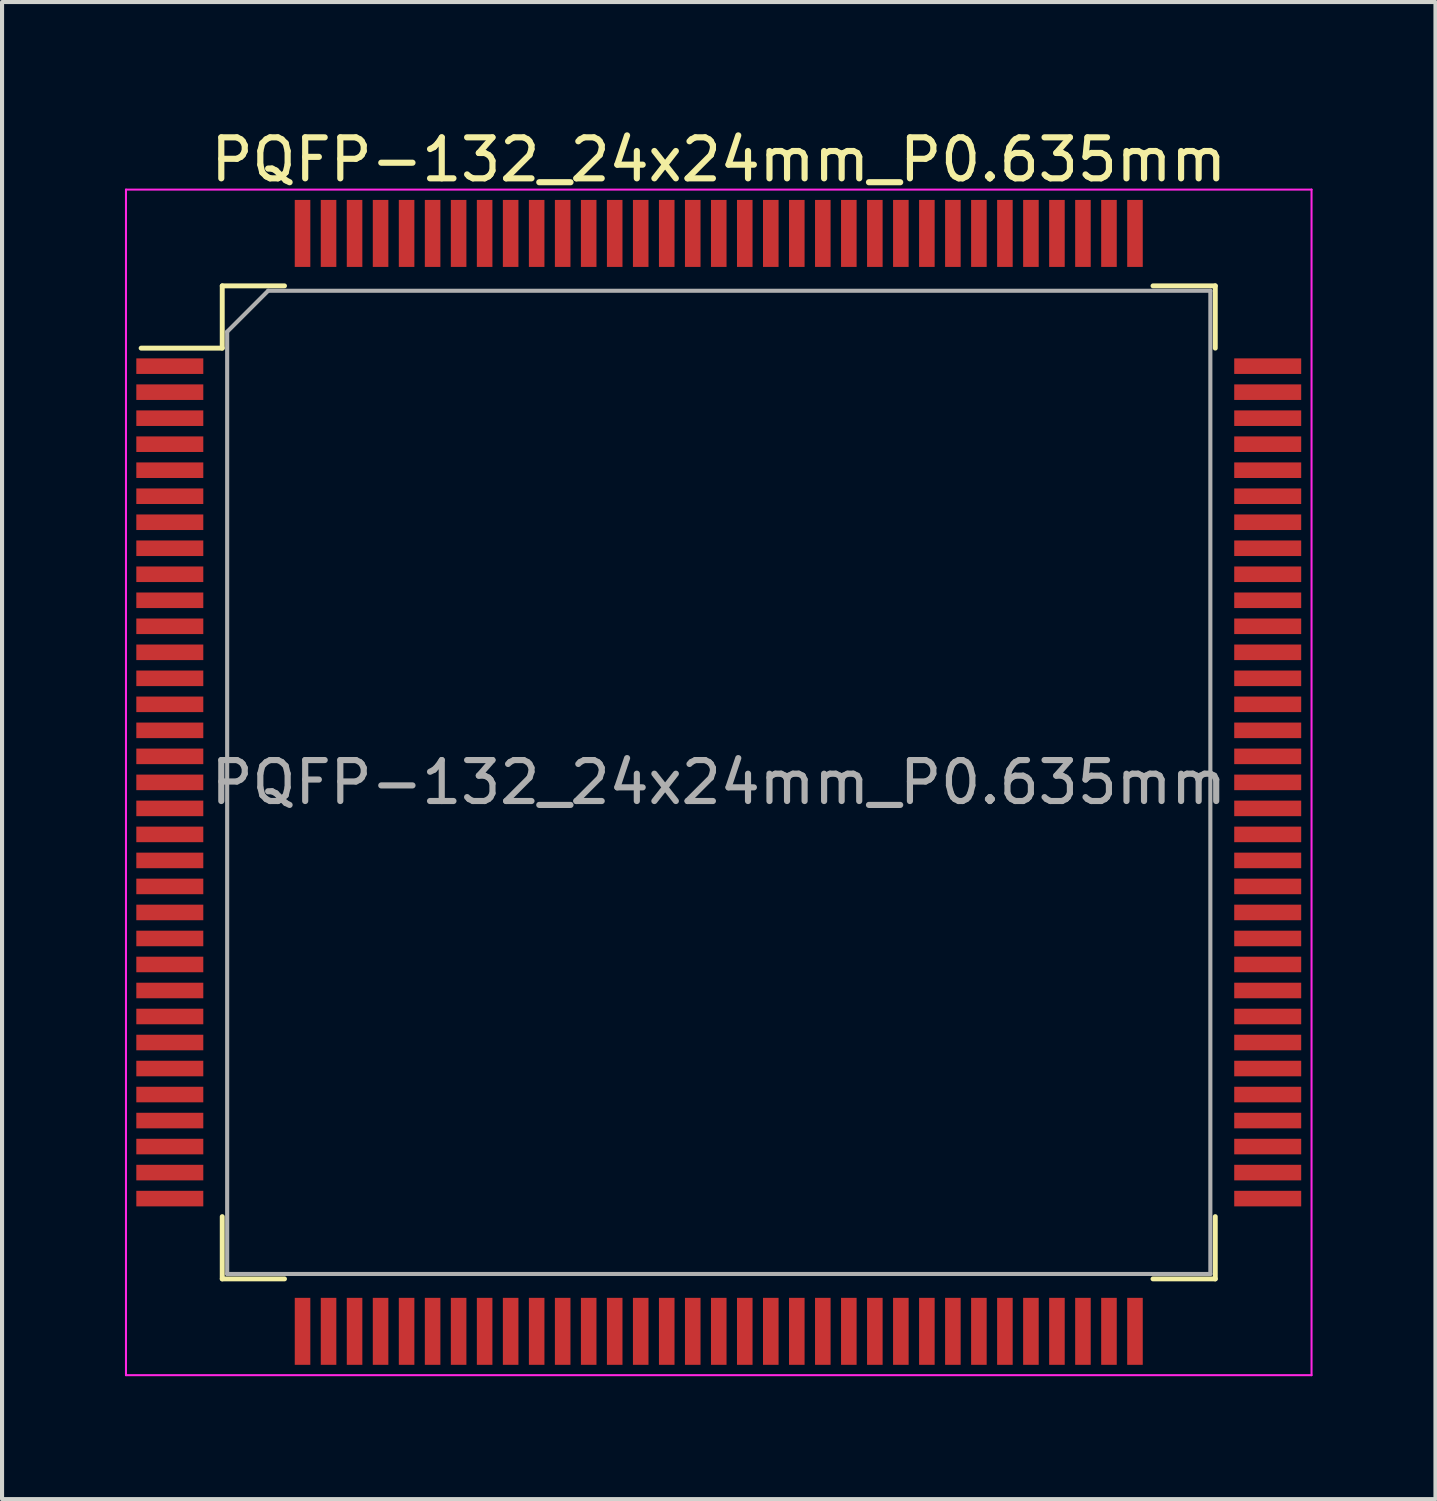
<source format=kicad_pcb>
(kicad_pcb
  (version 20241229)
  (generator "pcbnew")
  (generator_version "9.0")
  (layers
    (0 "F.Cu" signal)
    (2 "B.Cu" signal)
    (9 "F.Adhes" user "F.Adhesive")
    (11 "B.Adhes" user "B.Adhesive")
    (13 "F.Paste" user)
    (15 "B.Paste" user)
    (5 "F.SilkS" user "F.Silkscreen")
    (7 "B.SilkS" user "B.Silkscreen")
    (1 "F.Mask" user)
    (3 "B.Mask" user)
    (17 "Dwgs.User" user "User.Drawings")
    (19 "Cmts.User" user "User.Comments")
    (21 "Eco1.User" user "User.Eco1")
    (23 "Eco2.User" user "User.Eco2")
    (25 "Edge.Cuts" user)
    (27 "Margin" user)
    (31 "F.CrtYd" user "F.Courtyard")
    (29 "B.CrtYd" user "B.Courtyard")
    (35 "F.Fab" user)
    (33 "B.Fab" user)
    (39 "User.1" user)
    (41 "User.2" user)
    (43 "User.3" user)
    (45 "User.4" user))
  (footprint "PQFP-132_24x24mm_P0.635mm"
    (layer "F.Cu")
    (at 14.495 16.048)
    (property "Reference" "PQFP-132_24x24mm_P0.635mm" (at 0 -15.2 0) (layer "F.SilkS") (effects (font (size 1 1) (thickness 0.15))))
    (attr smd)
    (fp_line (start -14.1 -10.6) (end -12.12 -10.6) (stroke (width 0.12) (type solid)) (layer "F.SilkS"))
    (fp_line (start -12.12 -12.12) (end -12.12 -10.6) (stroke (width 0.12) (type solid)) (layer "F.SilkS"))
    (fp_line (start -12.12 12.12) (end -12.12 10.6) (stroke (width 0.12) (type solid)) (layer "F.SilkS"))
    (fp_line (start -10.6 -12.12) (end -12.12 -12.12) (stroke (width 0.12) (type solid)) (layer "F.SilkS"))
    (fp_line (start -10.6 12.12) (end -12.12 12.12) (stroke (width 0.12) (type solid)) (layer "F.SilkS"))
    (fp_line (start 10.6 -12.12) (end 12.12 -12.12) (stroke (width 0.12) (type solid)) (layer "F.SilkS"))
    (fp_line (start 10.6 12.12) (end 12.12 12.12) (stroke (width 0.12) (type solid)) (layer "F.SilkS"))
    (fp_line (start 12.12 -12.12) (end 12.12 -10.6) (stroke (width 0.12) (type solid)) (layer "F.SilkS"))
    (fp_line (start 12.12 12.12) (end 12.12 10.6) (stroke (width 0.12) (type solid)) (layer "F.SilkS"))
    (fp_line (start -14.47 -14.47) (end -14.47 14.47) (stroke (width 0.05) (type solid)) (layer "F.CrtYd"))
    (fp_line (start 14.47 -14.47) (end -14.47 -14.47) (stroke (width 0.05) (type solid)) (layer "F.CrtYd"))
    (fp_line (start 14.47 -14.47) (end 14.47 14.47) (stroke (width 0.05) (type solid)) (layer "F.CrtYd"))
    (fp_line (start 14.47 14.47) (end -14.47 14.47) (stroke (width 0.05) (type solid)) (layer "F.CrtYd"))
    (fp_line (start -12 12) (end -12 -11) (stroke (width 0.1) (type solid)) (layer "F.Fab"))
    (fp_line (start -11 -12) (end -12 -11) (stroke (width 0.1) (type solid)) (layer "F.Fab"))
    (fp_line (start -11 -12) (end 12 -12) (stroke (width 0.1) (type solid)) (layer "F.Fab"))
    (fp_line (start 12 -12) (end 12 12) (stroke (width 0.1) (type solid)) (layer "F.Fab"))
    (fp_line (start 12 12) (end -12 12) (stroke (width 0.1) (type solid)) (layer "F.Fab"))
    (fp_text user "${REFERENCE}" (at 0 0 0) (layer "F.Fab") (effects (font (size 1 1) (thickness 0.15))))
    (pad "1" smd rect (at -13.4 -10.16) (size 1.635 0.38) (layers "F.Cu" "F.Mask" "F.Paste"))
    (pad "2" smd rect (at -13.4 -9.525) (size 1.635 0.38) (layers "F.Cu" "F.Mask" "F.Paste"))
    (pad "3" smd rect (at -13.4 -8.89) (size 1.635 0.38) (layers "F.Cu" "F.Mask" "F.Paste"))
    (pad "4" smd rect (at -13.4 -8.255) (size 1.635 0.38) (layers "F.Cu" "F.Mask" "F.Paste"))
    (pad "5" smd rect (at -13.4 -7.62) (size 1.635 0.38) (layers "F.Cu" "F.Mask" "F.Paste"))
    (pad "6" smd rect (at -13.4 -6.985) (size 1.635 0.38) (layers "F.Cu" "F.Mask" "F.Paste"))
    (pad "7" smd rect (at -13.4 -6.35) (size 1.635 0.38) (layers "F.Cu" "F.Mask" "F.Paste"))
    (pad "8" smd rect (at -13.4 -5.715) (size 1.635 0.38) (layers "F.Cu" "F.Mask" "F.Paste"))
    (pad "9" smd rect (at -13.4 -5.08) (size 1.635 0.38) (layers "F.Cu" "F.Mask" "F.Paste"))
    (pad "10" smd rect (at -13.4 -4.445) (size 1.635 0.38) (layers "F.Cu" "F.Mask" "F.Paste"))
    (pad "11" smd rect (at -13.4 -3.81) (size 1.635 0.38) (layers "F.Cu" "F.Mask" "F.Paste"))
    (pad "12" smd rect (at -13.4 -3.175) (size 1.635 0.38) (layers "F.Cu" "F.Mask" "F.Paste"))
    (pad "13" smd rect (at -13.4 -2.54) (size 1.635 0.38) (layers "F.Cu" "F.Mask" "F.Paste"))
    (pad "14" smd rect (at -13.4 -1.905) (size 1.635 0.38) (layers "F.Cu" "F.Mask" "F.Paste"))
    (pad "15" smd rect (at -13.4 -1.27) (size 1.635 0.38) (layers "F.Cu" "F.Mask" "F.Paste"))
    (pad "16" smd rect (at -13.4 -0.635) (size 1.635 0.38) (layers "F.Cu" "F.Mask" "F.Paste"))
    (pad "17" smd rect (at -13.4 0) (size 1.635 0.38) (layers "F.Cu" "F.Mask" "F.Paste"))
    (pad "18" smd rect (at -13.4 0.635) (size 1.635 0.38) (layers "F.Cu" "F.Mask" "F.Paste"))
    (pad "19" smd rect (at -13.4 1.27) (size 1.635 0.38) (layers "F.Cu" "F.Mask" "F.Paste"))
    (pad "20" smd rect (at -13.4 1.905) (size 1.635 0.38) (layers "F.Cu" "F.Mask" "F.Paste"))
    (pad "21" smd rect (at -13.4 2.54) (size 1.635 0.38) (layers "F.Cu" "F.Mask" "F.Paste"))
    (pad "22" smd rect (at -13.4 3.175) (size 1.635 0.38) (layers "F.Cu" "F.Mask" "F.Paste"))
    (pad "23" smd rect (at -13.4 3.81) (size 1.635 0.38) (layers "F.Cu" "F.Mask" "F.Paste"))
    (pad "24" smd rect (at -13.4 4.445) (size 1.635 0.38) (layers "F.Cu" "F.Mask" "F.Paste"))
    (pad "25" smd rect (at -13.4 5.08) (size 1.635 0.38) (layers "F.Cu" "F.Mask" "F.Paste"))
    (pad "26" smd rect (at -13.4 5.715) (size 1.635 0.38) (layers "F.Cu" "F.Mask" "F.Paste"))
    (pad "27" smd rect (at -13.4 6.35) (size 1.635 0.38) (layers "F.Cu" "F.Mask" "F.Paste"))
    (pad "28" smd rect (at -13.4 6.985) (size 1.635 0.38) (layers "F.Cu" "F.Mask" "F.Paste"))
    (pad "29" smd rect (at -13.4 7.62) (size 1.635 0.38) (layers "F.Cu" "F.Mask" "F.Paste"))
    (pad "30" smd rect (at -13.4 8.255) (size 1.635 0.38) (layers "F.Cu" "F.Mask" "F.Paste"))
    (pad "31" smd rect (at -13.4 8.89) (size 1.635 0.38) (layers "F.Cu" "F.Mask" "F.Paste"))
    (pad "32" smd rect (at -13.4 9.525) (size 1.635 0.38) (layers "F.Cu" "F.Mask" "F.Paste"))
    (pad "33" smd rect (at -13.4 10.16) (size 1.635 0.38) (layers "F.Cu" "F.Mask" "F.Paste"))
    (pad "34" smd rect (at -10.16 13.4) (size 0.38 1.635) (layers "F.Cu" "F.Mask" "F.Paste"))
    (pad "35" smd rect (at -9.525 13.4) (size 0.38 1.635) (layers "F.Cu" "F.Mask" "F.Paste"))
    (pad "36" smd rect (at -8.89 13.4) (size 0.38 1.635) (layers "F.Cu" "F.Mask" "F.Paste"))
    (pad "37" smd rect (at -8.255 13.4) (size 0.38 1.635) (layers "F.Cu" "F.Mask" "F.Paste"))
    (pad "38" smd rect (at -7.62 13.4) (size 0.38 1.635) (layers "F.Cu" "F.Mask" "F.Paste"))
    (pad "39" smd rect (at -6.985 13.4) (size 0.38 1.635) (layers "F.Cu" "F.Mask" "F.Paste"))
    (pad "40" smd rect (at -6.35 13.4) (size 0.38 1.635) (layers "F.Cu" "F.Mask" "F.Paste"))
    (pad "41" smd rect (at -5.715 13.4) (size 0.38 1.635) (layers "F.Cu" "F.Mask" "F.Paste"))
    (pad "42" smd rect (at -5.08 13.4) (size 0.38 1.635) (layers "F.Cu" "F.Mask" "F.Paste"))
    (pad "43" smd rect (at -4.445 13.4) (size 0.38 1.635) (layers "F.Cu" "F.Mask" "F.Paste"))
    (pad "44" smd rect (at -3.81 13.4) (size 0.38 1.635) (layers "F.Cu" "F.Mask" "F.Paste"))
    (pad "45" smd rect (at -3.175 13.4) (size 0.38 1.635) (layers "F.Cu" "F.Mask" "F.Paste"))
    (pad "46" smd rect (at -2.54 13.4) (size 0.38 1.635) (layers "F.Cu" "F.Mask" "F.Paste"))
    (pad "47" smd rect (at -1.905 13.4) (size 0.38 1.635) (layers "F.Cu" "F.Mask" "F.Paste"))
    (pad "48" smd rect (at -1.27 13.4) (size 0.38 1.635) (layers "F.Cu" "F.Mask" "F.Paste"))
    (pad "49" smd rect (at -0.635 13.4) (size 0.38 1.635) (layers "F.Cu" "F.Mask" "F.Paste"))
    (pad "50" smd rect (at 0 13.4) (size 0.38 1.635) (layers "F.Cu" "F.Mask" "F.Paste"))
    (pad "51" smd rect (at 0.635 13.4) (size 0.38 1.635) (layers "F.Cu" "F.Mask" "F.Paste"))
    (pad "52" smd rect (at 1.27 13.4) (size 0.38 1.635) (layers "F.Cu" "F.Mask" "F.Paste"))
    (pad "53" smd rect (at 1.905 13.4) (size 0.38 1.635) (layers "F.Cu" "F.Mask" "F.Paste"))
    (pad "54" smd rect (at 2.54 13.4) (size 0.38 1.635) (layers "F.Cu" "F.Mask" "F.Paste"))
    (pad "55" smd rect (at 3.175 13.4) (size 0.38 1.635) (layers "F.Cu" "F.Mask" "F.Paste"))
    (pad "56" smd rect (at 3.81 13.4) (size 0.38 1.635) (layers "F.Cu" "F.Mask" "F.Paste"))
    (pad "57" smd rect (at 4.445 13.4) (size 0.38 1.635) (layers "F.Cu" "F.Mask" "F.Paste"))
    (pad "58" smd rect (at 5.08 13.4) (size 0.38 1.635) (layers "F.Cu" "F.Mask" "F.Paste"))
    (pad "59" smd rect (at 5.715 13.4) (size 0.38 1.635) (layers "F.Cu" "F.Mask" "F.Paste"))
    (pad "60" smd rect (at 6.35 13.4) (size 0.38 1.635) (layers "F.Cu" "F.Mask" "F.Paste"))
    (pad "61" smd rect (at 6.985 13.4) (size 0.38 1.635) (layers "F.Cu" "F.Mask" "F.Paste"))
    (pad "62" smd rect (at 7.62 13.4) (size 0.38 1.635) (layers "F.Cu" "F.Mask" "F.Paste"))
    (pad "63" smd rect (at 8.255 13.4) (size 0.38 1.635) (layers "F.Cu" "F.Mask" "F.Paste"))
    (pad "64" smd rect (at 8.89 13.4) (size 0.38 1.635) (layers "F.Cu" "F.Mask" "F.Paste"))
    (pad "65" smd rect (at 9.525 13.4) (size 0.38 1.635) (layers "F.Cu" "F.Mask" "F.Paste"))
    (pad "66" smd rect (at 10.16 13.4) (size 0.38 1.635) (layers "F.Cu" "F.Mask" "F.Paste"))
    (pad "67" smd rect (at 13.4 10.16) (size 1.635 0.38) (layers "F.Cu" "F.Mask" "F.Paste"))
    (pad "68" smd rect (at 13.4 9.525) (size 1.635 0.38) (layers "F.Cu" "F.Mask" "F.Paste"))
    (pad "69" smd rect (at 13.4 8.89) (size 1.635 0.38) (layers "F.Cu" "F.Mask" "F.Paste"))
    (pad "70" smd rect (at 13.4 8.255) (size 1.635 0.38) (layers "F.Cu" "F.Mask" "F.Paste"))
    (pad "71" smd rect (at 13.4 7.62) (size 1.635 0.38) (layers "F.Cu" "F.Mask" "F.Paste"))
    (pad "72" smd rect (at 13.4 6.985) (size 1.635 0.38) (layers "F.Cu" "F.Mask" "F.Paste"))
    (pad "73" smd rect (at 13.4 6.35) (size 1.635 0.38) (layers "F.Cu" "F.Mask" "F.Paste"))
    (pad "74" smd rect (at 13.4 5.715) (size 1.635 0.38) (layers "F.Cu" "F.Mask" "F.Paste"))
    (pad "75" smd rect (at 13.4 5.08) (size 1.635 0.38) (layers "F.Cu" "F.Mask" "F.Paste"))
    (pad "76" smd rect (at 13.4 4.445) (size 1.635 0.38) (layers "F.Cu" "F.Mask" "F.Paste"))
    (pad "77" smd rect (at 13.4 3.81) (size 1.635 0.38) (layers "F.Cu" "F.Mask" "F.Paste"))
    (pad "78" smd rect (at 13.4 3.175) (size 1.635 0.38) (layers "F.Cu" "F.Mask" "F.Paste"))
    (pad "79" smd rect (at 13.4 2.54) (size 1.635 0.38) (layers "F.Cu" "F.Mask" "F.Paste"))
    (pad "80" smd rect (at 13.4 1.905) (size 1.635 0.38) (layers "F.Cu" "F.Mask" "F.Paste"))
    (pad "81" smd rect (at 13.4 1.27) (size 1.635 0.38) (layers "F.Cu" "F.Mask" "F.Paste"))
    (pad "82" smd rect (at 13.4 0.635) (size 1.635 0.38) (layers "F.Cu" "F.Mask" "F.Paste"))
    (pad "83" smd rect (at 13.4 0) (size 1.635 0.38) (layers "F.Cu" "F.Mask" "F.Paste"))
    (pad "84" smd rect (at 13.4 -0.635) (size 1.635 0.38) (layers "F.Cu" "F.Mask" "F.Paste"))
    (pad "85" smd rect (at 13.4 -1.27) (size 1.635 0.38) (layers "F.Cu" "F.Mask" "F.Paste"))
    (pad "86" smd rect (at 13.4 -1.905) (size 1.635 0.38) (layers "F.Cu" "F.Mask" "F.Paste"))
    (pad "87" smd rect (at 13.4 -2.54) (size 1.635 0.38) (layers "F.Cu" "F.Mask" "F.Paste"))
    (pad "88" smd rect (at 13.4 -3.175) (size 1.635 0.38) (layers "F.Cu" "F.Mask" "F.Paste"))
    (pad "89" smd rect (at 13.4 -3.81) (size 1.635 0.38) (layers "F.Cu" "F.Mask" "F.Paste"))
    (pad "90" smd rect (at 13.4 -4.445) (size 1.635 0.38) (layers "F.Cu" "F.Mask" "F.Paste"))
    (pad "91" smd rect (at 13.4 -5.08) (size 1.635 0.38) (layers "F.Cu" "F.Mask" "F.Paste"))
    (pad "92" smd rect (at 13.4 -5.715) (size 1.635 0.38) (layers "F.Cu" "F.Mask" "F.Paste"))
    (pad "93" smd rect (at 13.4 -6.35) (size 1.635 0.38) (layers "F.Cu" "F.Mask" "F.Paste"))
    (pad "94" smd rect (at 13.4 -6.985) (size 1.635 0.38) (layers "F.Cu" "F.Mask" "F.Paste"))
    (pad "95" smd rect (at 13.4 -7.62) (size 1.635 0.38) (layers "F.Cu" "F.Mask" "F.Paste"))
    (pad "96" smd rect (at 13.4 -8.255) (size 1.635 0.38) (layers "F.Cu" "F.Mask" "F.Paste"))
    (pad "97" smd rect (at 13.4 -8.89) (size 1.635 0.38) (layers "F.Cu" "F.Mask" "F.Paste"))
    (pad "98" smd rect (at 13.4 -9.525) (size 1.635 0.38) (layers "F.Cu" "F.Mask" "F.Paste"))
    (pad "99" smd rect (at 13.4 -10.16) (size 1.635 0.38) (layers "F.Cu" "F.Mask" "F.Paste"))
    (pad "100" smd rect (at 10.16 -13.4) (size 0.38 1.635) (layers "F.Cu" "F.Mask" "F.Paste"))
    (pad "101" smd rect (at 9.525 -13.4) (size 0.38 1.635) (layers "F.Cu" "F.Mask" "F.Paste"))
    (pad "102" smd rect (at 8.89 -13.4) (size 0.38 1.635) (layers "F.Cu" "F.Mask" "F.Paste"))
    (pad "103" smd rect (at 8.255 -13.4) (size 0.38 1.635) (layers "F.Cu" "F.Mask" "F.Paste"))
    (pad "104" smd rect (at 7.62 -13.4) (size 0.38 1.635) (layers "F.Cu" "F.Mask" "F.Paste"))
    (pad "105" smd rect (at 6.985 -13.4) (size 0.38 1.635) (layers "F.Cu" "F.Mask" "F.Paste"))
    (pad "106" smd rect (at 6.35 -13.4) (size 0.38 1.635) (layers "F.Cu" "F.Mask" "F.Paste"))
    (pad "107" smd rect (at 5.715 -13.4) (size 0.38 1.635) (layers "F.Cu" "F.Mask" "F.Paste"))
    (pad "108" smd rect (at 5.08 -13.4) (size 0.38 1.635) (layers "F.Cu" "F.Mask" "F.Paste"))
    (pad "109" smd rect (at 4.445 -13.4) (size 0.38 1.635) (layers "F.Cu" "F.Mask" "F.Paste"))
    (pad "110" smd rect (at 3.81 -13.4) (size 0.38 1.635) (layers "F.Cu" "F.Mask" "F.Paste"))
    (pad "111" smd rect (at 3.175 -13.4) (size 0.38 1.635) (layers "F.Cu" "F.Mask" "F.Paste"))
    (pad "112" smd rect (at 2.54 -13.4) (size 0.38 1.635) (layers "F.Cu" "F.Mask" "F.Paste"))
    (pad "113" smd rect (at 1.905 -13.4) (size 0.38 1.635) (layers "F.Cu" "F.Mask" "F.Paste"))
    (pad "114" smd rect (at 1.27 -13.4) (size 0.38 1.635) (layers "F.Cu" "F.Mask" "F.Paste"))
    (pad "115" smd rect (at 0.635 -13.4) (size 0.38 1.635) (layers "F.Cu" "F.Mask" "F.Paste"))
    (pad "116" smd rect (at 0 -13.4) (size 0.38 1.635) (layers "F.Cu" "F.Mask" "F.Paste"))
    (pad "117" smd rect (at -0.635 -13.4) (size 0.38 1.635) (layers "F.Cu" "F.Mask" "F.Paste"))
    (pad "118" smd rect (at -1.27 -13.4) (size 0.38 1.635) (layers "F.Cu" "F.Mask" "F.Paste"))
    (pad "119" smd rect (at -1.905 -13.4) (size 0.38 1.635) (layers "F.Cu" "F.Mask" "F.Paste"))
    (pad "120" smd rect (at -2.54 -13.4) (size 0.38 1.635) (layers "F.Cu" "F.Mask" "F.Paste"))
    (pad "121" smd rect (at -3.175 -13.4) (size 0.38 1.635) (layers "F.Cu" "F.Mask" "F.Paste"))
    (pad "122" smd rect (at -3.81 -13.4) (size 0.38 1.635) (layers "F.Cu" "F.Mask" "F.Paste"))
    (pad "123" smd rect (at -4.445 -13.4) (size 0.38 1.635) (layers "F.Cu" "F.Mask" "F.Paste"))
    (pad "124" smd rect (at -5.08 -13.4) (size 0.38 1.635) (layers "F.Cu" "F.Mask" "F.Paste"))
    (pad "125" smd rect (at -5.715 -13.4) (size 0.38 1.635) (layers "F.Cu" "F.Mask" "F.Paste"))
    (pad "126" smd rect (at -6.35 -13.4) (size 0.38 1.635) (layers "F.Cu" "F.Mask" "F.Paste"))
    (pad "127" smd rect (at -6.985 -13.4) (size 0.38 1.635) (layers "F.Cu" "F.Mask" "F.Paste"))
    (pad "128" smd rect (at -7.62 -13.4) (size 0.38 1.635) (layers "F.Cu" "F.Mask" "F.Paste"))
    (pad "129" smd rect (at -8.255 -13.4) (size 0.38 1.635) (layers "F.Cu" "F.Mask" "F.Paste"))
    (pad "130" smd rect (at -8.89 -13.4) (size 0.38 1.635) (layers "F.Cu" "F.Mask" "F.Paste"))
    (pad "131" smd rect (at -9.525 -13.4) (size 0.38 1.635) (layers "F.Cu" "F.Mask" "F.Paste"))
    (pad "132" smd rect (at -10.16 -13.4) (size 0.38 1.635) (layers "F.Cu" "F.Mask" "F.Paste")))
  (gr_rect
    (start -3 -3)
    (end 31.99 33.543)
    (stroke (width 0.1) (type default))
    (fill no)
    (layer "Edge.Cuts")))
</source>
